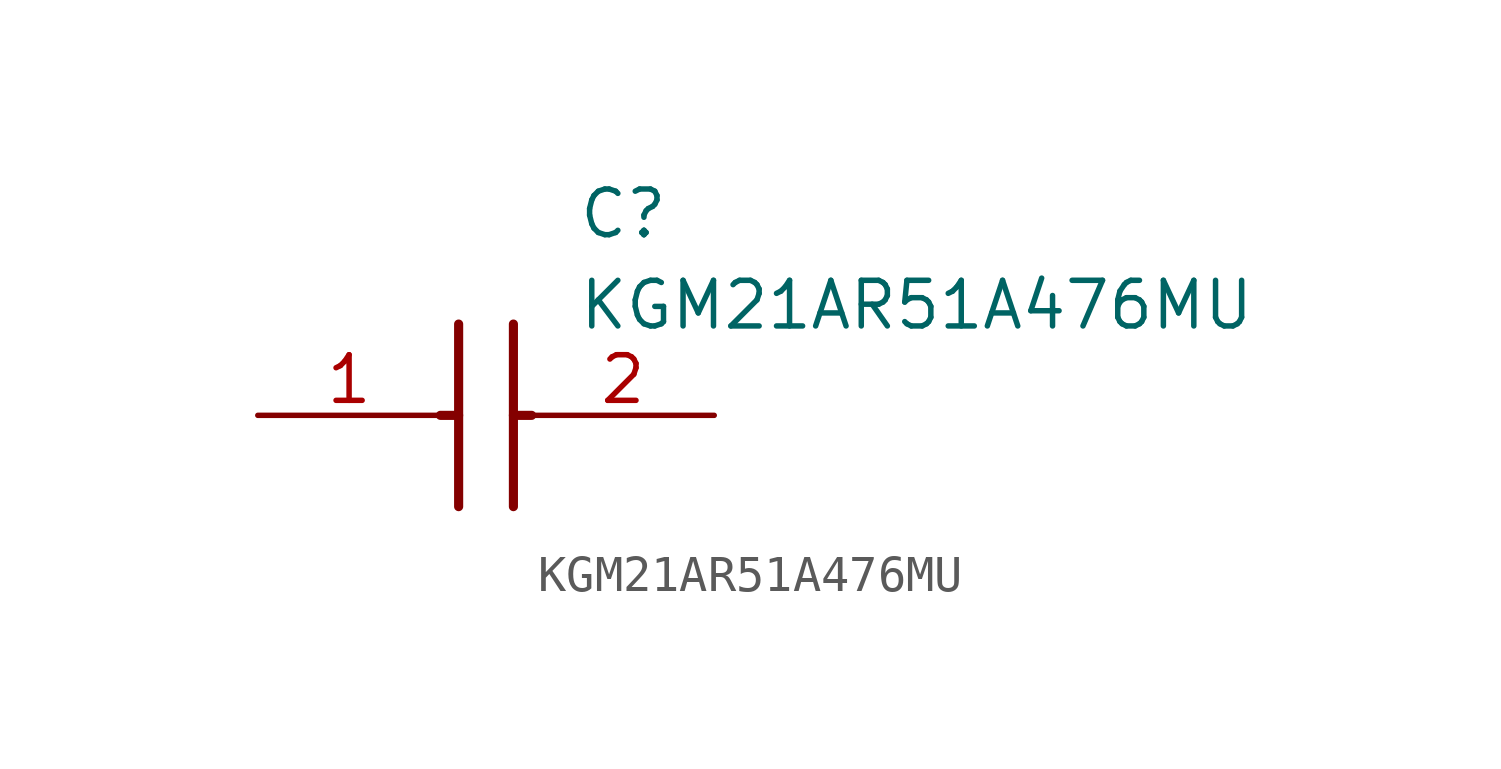
<source format=kicad_sym>
(kicad_symbol_lib
  (version 20211014)
  (generator SamacSys_ECAD_Model)
  (symbol "KGM21AR51A476MU"
    (pin_names hide)
    (property "Reference" "C"
      (at 8.89 6.35 0)
      (effects (font (size 1.27 1.27)) (justify left top)))
    (property "Value" "KGM21AR51A476MU"
      (at 8.89 3.81 0)
      (effects (font (size 1.27 1.27)) (justify left top)))
    (polyline
      (pts (xy 5.588 2.54) (xy 5.588 -2.54))
      (stroke (width 0.254) (type default))
      (fill (type none)))
    (polyline
      (pts (xy 7.112 2.54) (xy 7.112 -2.54))
      (stroke (width 0.254) (type default))
      (fill (type none)))
    (polyline
      (pts (xy 5.08 0) (xy 5.588 0))
      (stroke (width 0.254) (type default))
      (fill (type none)))
    (polyline
      (pts (xy 7.112 0) (xy 7.62 0))
      (stroke (width 0.254) (type default))
      (fill (type none)))
    (pin passive line
      (at 0 0 0)
      (length 5.08)
      (name "1" (effects (font (size 1.27 1.27))))
      (number "1" (effects (font (size 1.27 1.27)))))
    (pin passive line
      (at 12.7 0 180)
      (length 5.08)
      (name "2" (effects (font (size 1.27 1.27))))
      (number "2" (effects (font (size 1.27 1.27)))))))
</source>
